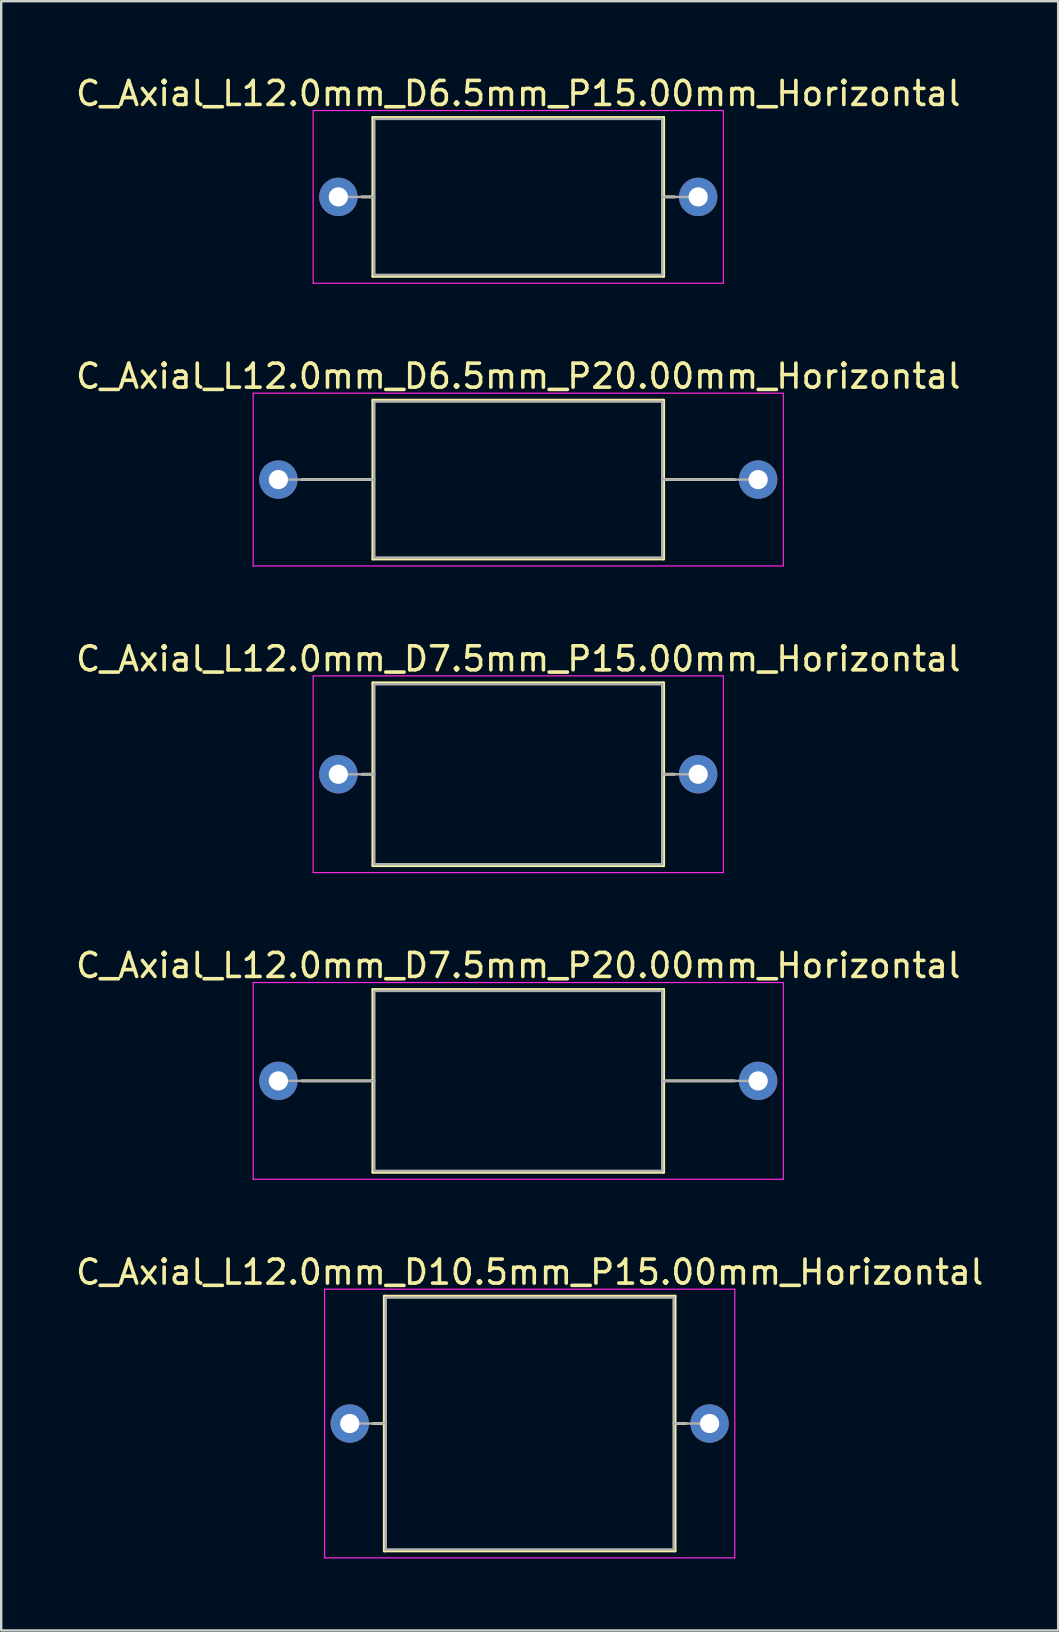
<source format=kicad_pcb>
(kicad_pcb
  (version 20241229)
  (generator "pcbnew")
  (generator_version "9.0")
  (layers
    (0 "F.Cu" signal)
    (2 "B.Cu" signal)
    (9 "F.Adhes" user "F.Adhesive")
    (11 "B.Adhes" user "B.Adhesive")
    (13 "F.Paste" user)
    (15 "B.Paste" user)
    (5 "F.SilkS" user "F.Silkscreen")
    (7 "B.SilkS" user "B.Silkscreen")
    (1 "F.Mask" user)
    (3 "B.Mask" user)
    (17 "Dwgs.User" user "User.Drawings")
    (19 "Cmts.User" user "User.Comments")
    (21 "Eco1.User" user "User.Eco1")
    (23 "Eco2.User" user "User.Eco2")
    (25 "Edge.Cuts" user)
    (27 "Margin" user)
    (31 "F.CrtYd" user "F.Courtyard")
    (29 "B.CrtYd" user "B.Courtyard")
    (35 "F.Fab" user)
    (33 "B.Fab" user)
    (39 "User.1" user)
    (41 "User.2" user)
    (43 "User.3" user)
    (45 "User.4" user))
  (footprint "C_Axial_L12.0mm_D6.5mm_P20.00mm_Horizontal"
    (layer "F.Cu")
    (at 8.554 16.942)
    (property "Reference" "C_Axial_L12.0mm_D6.5mm_P20.00mm_Horizontal" (at 10 -4.31 0) (layer "F.SilkS") (effects (font (size 1 1) (thickness 0.15))))
    (attr through_hole)
    (fp_line (start 0.98 0) (end 3.94 0) (stroke (width 0.12) (type solid)) (layer "F.SilkS"))
    (fp_line (start 3.94 -3.31) (end 3.94 3.31) (stroke (width 0.12) (type solid)) (layer "F.SilkS"))
    (fp_line (start 3.94 3.31) (end 16.06 3.31) (stroke (width 0.12) (type solid)) (layer "F.SilkS"))
    (fp_line (start 16.06 -3.31) (end 3.94 -3.31) (stroke (width 0.12) (type solid)) (layer "F.SilkS"))
    (fp_line (start 16.06 3.31) (end 16.06 -3.31) (stroke (width 0.12) (type solid)) (layer "F.SilkS"))
    (fp_line (start 19.02 0) (end 16.06 0) (stroke (width 0.12) (type solid)) (layer "F.SilkS"))
    (fp_line (start -1.05 -3.6) (end -1.05 3.6) (stroke (width 0.05) (type solid)) (layer "F.CrtYd"))
    (fp_line (start -1.05 3.6) (end 21.05 3.6) (stroke (width 0.05) (type solid)) (layer "F.CrtYd"))
    (fp_line (start 21.05 -3.6) (end -1.05 -3.6) (stroke (width 0.05) (type solid)) (layer "F.CrtYd"))
    (fp_line (start 21.05 3.6) (end 21.05 -3.6) (stroke (width 0.05) (type solid)) (layer "F.CrtYd"))
    (fp_line (start 0 0) (end 4 0) (stroke (width 0.1) (type solid)) (layer "F.Fab"))
    (fp_line (start 4 -3.25) (end 4 3.25) (stroke (width 0.1) (type solid)) (layer "F.Fab"))
    (fp_line (start 4 3.25) (end 16 3.25) (stroke (width 0.1) (type solid)) (layer "F.Fab"))
    (fp_line (start 16 -3.25) (end 4 -3.25) (stroke (width 0.1) (type solid)) (layer "F.Fab"))
    (fp_line (start 16 3.25) (end 16 -3.25) (stroke (width 0.1) (type solid)) (layer "F.Fab"))
    (fp_line (start 20 0) (end 16 0) (stroke (width 0.1) (type solid)) (layer "F.Fab"))
    (pad "1" thru_hole circle (at 0 0) (size 1.6 1.6) (drill 0.8) (layers "*.Cu" "*.Mask"))
    (pad "2" thru_hole oval (at 20 0) (size 1.6 1.6) (drill 0.8) (layers "*.Cu" "*.Mask")))
  (footprint "C_Axial_L12.0mm_D6.5mm_P15.00mm_Horizontal"
    (layer "F.Cu")
    (at 11.054 5.158)
    (property "Reference" "C_Axial_L12.0mm_D6.5mm_P15.00mm_Horizontal" (at 7.5 -4.31 0) (layer "F.SilkS") (effects (font (size 1 1) (thickness 0.15))))
    (attr through_hole)
    (fp_line (start 0.98 0) (end 1.44 0) (stroke (width 0.12) (type solid)) (layer "F.SilkS"))
    (fp_line (start 1.44 -3.31) (end 1.44 3.31) (stroke (width 0.12) (type solid)) (layer "F.SilkS"))
    (fp_line (start 1.44 3.31) (end 13.56 3.31) (stroke (width 0.12) (type solid)) (layer "F.SilkS"))
    (fp_line (start 13.56 -3.31) (end 1.44 -3.31) (stroke (width 0.12) (type solid)) (layer "F.SilkS"))
    (fp_line (start 13.56 3.31) (end 13.56 -3.31) (stroke (width 0.12) (type solid)) (layer "F.SilkS"))
    (fp_line (start 14.02 0) (end 13.56 0) (stroke (width 0.12) (type solid)) (layer "F.SilkS"))
    (fp_line (start -1.05 -3.6) (end -1.05 3.6) (stroke (width 0.05) (type solid)) (layer "F.CrtYd"))
    (fp_line (start -1.05 3.6) (end 16.05 3.6) (stroke (width 0.05) (type solid)) (layer "F.CrtYd"))
    (fp_line (start 16.05 -3.6) (end -1.05 -3.6) (stroke (width 0.05) (type solid)) (layer "F.CrtYd"))
    (fp_line (start 16.05 3.6) (end 16.05 -3.6) (stroke (width 0.05) (type solid)) (layer "F.CrtYd"))
    (fp_line (start 0 0) (end 1.5 0) (stroke (width 0.1) (type solid)) (layer "F.Fab"))
    (fp_line (start 1.5 -3.25) (end 1.5 3.25) (stroke (width 0.1) (type solid)) (layer "F.Fab"))
    (fp_line (start 1.5 3.25) (end 13.5 3.25) (stroke (width 0.1) (type solid)) (layer "F.Fab"))
    (fp_line (start 13.5 -3.25) (end 1.5 -3.25) (stroke (width 0.1) (type solid)) (layer "F.Fab"))
    (fp_line (start 13.5 3.25) (end 13.5 -3.25) (stroke (width 0.1) (type solid)) (layer "F.Fab"))
    (fp_line (start 15 0) (end 13.5 0) (stroke (width 0.1) (type solid)) (layer "F.Fab"))
    (pad "1" thru_hole circle (at 0 0) (size 1.6 1.6) (drill 0.8) (layers "*.Cu" "*.Mask"))
    (pad "2" thru_hole oval (at 15 0) (size 1.6 1.6) (drill 0.8) (layers "*.Cu" "*.Mask")))
  (footprint "C_Axial_L12.0mm_D7.5mm_P20.00mm_Horizontal"
    (layer "F.Cu")
    (at 8.554 42.008)
    (property "Reference" "C_Axial_L12.0mm_D7.5mm_P20.00mm_Horizontal" (at 10 -4.81 0) (layer "F.SilkS") (effects (font (size 1 1) (thickness 0.15))))
    (attr through_hole)
    (fp_line (start 0.98 0) (end 3.94 0) (stroke (width 0.12) (type solid)) (layer "F.SilkS"))
    (fp_line (start 3.94 -3.81) (end 3.94 3.81) (stroke (width 0.12) (type solid)) (layer "F.SilkS"))
    (fp_line (start 3.94 3.81) (end 16.06 3.81) (stroke (width 0.12) (type solid)) (layer "F.SilkS"))
    (fp_line (start 16.06 -3.81) (end 3.94 -3.81) (stroke (width 0.12) (type solid)) (layer "F.SilkS"))
    (fp_line (start 16.06 3.81) (end 16.06 -3.81) (stroke (width 0.12) (type solid)) (layer "F.SilkS"))
    (fp_line (start 19.02 0) (end 16.06 0) (stroke (width 0.12) (type solid)) (layer "F.SilkS"))
    (fp_line (start -1.05 -4.1) (end -1.05 4.1) (stroke (width 0.05) (type solid)) (layer "F.CrtYd"))
    (fp_line (start -1.05 4.1) (end 21.05 4.1) (stroke (width 0.05) (type solid)) (layer "F.CrtYd"))
    (fp_line (start 21.05 -4.1) (end -1.05 -4.1) (stroke (width 0.05) (type solid)) (layer "F.CrtYd"))
    (fp_line (start 21.05 4.1) (end 21.05 -4.1) (stroke (width 0.05) (type solid)) (layer "F.CrtYd"))
    (fp_line (start 0 0) (end 4 0) (stroke (width 0.1) (type solid)) (layer "F.Fab"))
    (fp_line (start 4 -3.75) (end 4 3.75) (stroke (width 0.1) (type solid)) (layer "F.Fab"))
    (fp_line (start 4 3.75) (end 16 3.75) (stroke (width 0.1) (type solid)) (layer "F.Fab"))
    (fp_line (start 16 -3.75) (end 4 -3.75) (stroke (width 0.1) (type solid)) (layer "F.Fab"))
    (fp_line (start 16 3.75) (end 16 -3.75) (stroke (width 0.1) (type solid)) (layer "F.Fab"))
    (fp_line (start 20 0) (end 16 0) (stroke (width 0.1) (type solid)) (layer "F.Fab"))
    (pad "1" thru_hole circle (at 0 0) (size 1.6 1.6) (drill 0.8) (layers "*.Cu" "*.Mask"))
    (pad "2" thru_hole oval (at 20 0) (size 1.6 1.6) (drill 0.8) (layers "*.Cu" "*.Mask")))
  (footprint "C_Axial_L12.0mm_D10.5mm_P15.00mm_Horizontal"
    (layer "F.Cu")
    (at 11.53 56.291)
    (property "Reference" "C_Axial_L12.0mm_D10.5mm_P15.00mm_Horizontal" (at 7.5 -6.31 0) (layer "F.SilkS") (effects (font (size 1 1) (thickness 0.15))))
    (attr through_hole)
    (fp_line (start 0.98 0) (end 1.44 0) (stroke (width 0.12) (type solid)) (layer "F.SilkS"))
    (fp_line (start 1.44 -5.31) (end 1.44 5.31) (stroke (width 0.12) (type solid)) (layer "F.SilkS"))
    (fp_line (start 1.44 5.31) (end 13.56 5.31) (stroke (width 0.12) (type solid)) (layer "F.SilkS"))
    (fp_line (start 13.56 -5.31) (end 1.44 -5.31) (stroke (width 0.12) (type solid)) (layer "F.SilkS"))
    (fp_line (start 13.56 5.31) (end 13.56 -5.31) (stroke (width 0.12) (type solid)) (layer "F.SilkS"))
    (fp_line (start 14.02 0) (end 13.56 0) (stroke (width 0.12) (type solid)) (layer "F.SilkS"))
    (fp_line (start -1.05 -5.6) (end -1.05 5.6) (stroke (width 0.05) (type solid)) (layer "F.CrtYd"))
    (fp_line (start -1.05 5.6) (end 16.05 5.6) (stroke (width 0.05) (type solid)) (layer "F.CrtYd"))
    (fp_line (start 16.05 -5.6) (end -1.05 -5.6) (stroke (width 0.05) (type solid)) (layer "F.CrtYd"))
    (fp_line (start 16.05 5.6) (end 16.05 -5.6) (stroke (width 0.05) (type solid)) (layer "F.CrtYd"))
    (fp_line (start 0 0) (end 1.5 0) (stroke (width 0.1) (type solid)) (layer "F.Fab"))
    (fp_line (start 1.5 -5.25) (end 1.5 5.25) (stroke (width 0.1) (type solid)) (layer "F.Fab"))
    (fp_line (start 1.5 5.25) (end 13.5 5.25) (stroke (width 0.1) (type solid)) (layer "F.Fab"))
    (fp_line (start 13.5 -5.25) (end 1.5 -5.25) (stroke (width 0.1) (type solid)) (layer "F.Fab"))
    (fp_line (start 13.5 5.25) (end 13.5 -5.25) (stroke (width 0.1) (type solid)) (layer "F.Fab"))
    (fp_line (start 15 0) (end 13.5 0) (stroke (width 0.1) (type solid)) (layer "F.Fab"))
    (pad "1" thru_hole circle (at 0 0) (size 1.6 1.6) (drill 0.8) (layers "*.Cu" "*.Mask"))
    (pad "2" thru_hole oval (at 15 0) (size 1.6 1.6) (drill 0.8) (layers "*.Cu" "*.Mask")))
  (footprint "C_Axial_L12.0mm_D7.5mm_P15.00mm_Horizontal"
    (layer "F.Cu")
    (at 11.054 29.225)
    (property "Reference" "C_Axial_L12.0mm_D7.5mm_P15.00mm_Horizontal" (at 7.5 -4.81 0) (layer "F.SilkS") (effects (font (size 1 1) (thickness 0.15))))
    (attr through_hole)
    (fp_line (start 0.98 0) (end 1.44 0) (stroke (width 0.12) (type solid)) (layer "F.SilkS"))
    (fp_line (start 1.44 -3.81) (end 1.44 3.81) (stroke (width 0.12) (type solid)) (layer "F.SilkS"))
    (fp_line (start 1.44 3.81) (end 13.56 3.81) (stroke (width 0.12) (type solid)) (layer "F.SilkS"))
    (fp_line (start 13.56 -3.81) (end 1.44 -3.81) (stroke (width 0.12) (type solid)) (layer "F.SilkS"))
    (fp_line (start 13.56 3.81) (end 13.56 -3.81) (stroke (width 0.12) (type solid)) (layer "F.SilkS"))
    (fp_line (start 14.02 0) (end 13.56 0) (stroke (width 0.12) (type solid)) (layer "F.SilkS"))
    (fp_line (start -1.05 -4.1) (end -1.05 4.1) (stroke (width 0.05) (type solid)) (layer "F.CrtYd"))
    (fp_line (start -1.05 4.1) (end 16.05 4.1) (stroke (width 0.05) (type solid)) (layer "F.CrtYd"))
    (fp_line (start 16.05 -4.1) (end -1.05 -4.1) (stroke (width 0.05) (type solid)) (layer "F.CrtYd"))
    (fp_line (start 16.05 4.1) (end 16.05 -4.1) (stroke (width 0.05) (type solid)) (layer "F.CrtYd"))
    (fp_line (start 0 0) (end 1.5 0) (stroke (width 0.1) (type solid)) (layer "F.Fab"))
    (fp_line (start 1.5 -3.75) (end 1.5 3.75) (stroke (width 0.1) (type solid)) (layer "F.Fab"))
    (fp_line (start 1.5 3.75) (end 13.5 3.75) (stroke (width 0.1) (type solid)) (layer "F.Fab"))
    (fp_line (start 13.5 -3.75) (end 1.5 -3.75) (stroke (width 0.1) (type solid)) (layer "F.Fab"))
    (fp_line (start 13.5 3.75) (end 13.5 -3.75) (stroke (width 0.1) (type solid)) (layer "F.Fab"))
    (fp_line (start 15 0) (end 13.5 0) (stroke (width 0.1) (type solid)) (layer "F.Fab"))
    (pad "1" thru_hole circle (at 0 0) (size 1.6 1.6) (drill 0.8) (layers "*.Cu" "*.Mask"))
    (pad "2" thru_hole oval (at 15 0) (size 1.6 1.6) (drill 0.8) (layers "*.Cu" "*.Mask")))
  (gr_rect
    (start -3 -3)
    (end 41.06 64.916)
    (stroke (width 0.1) (type default))
    (fill no)
    (layer "Edge.Cuts")))
</source>
